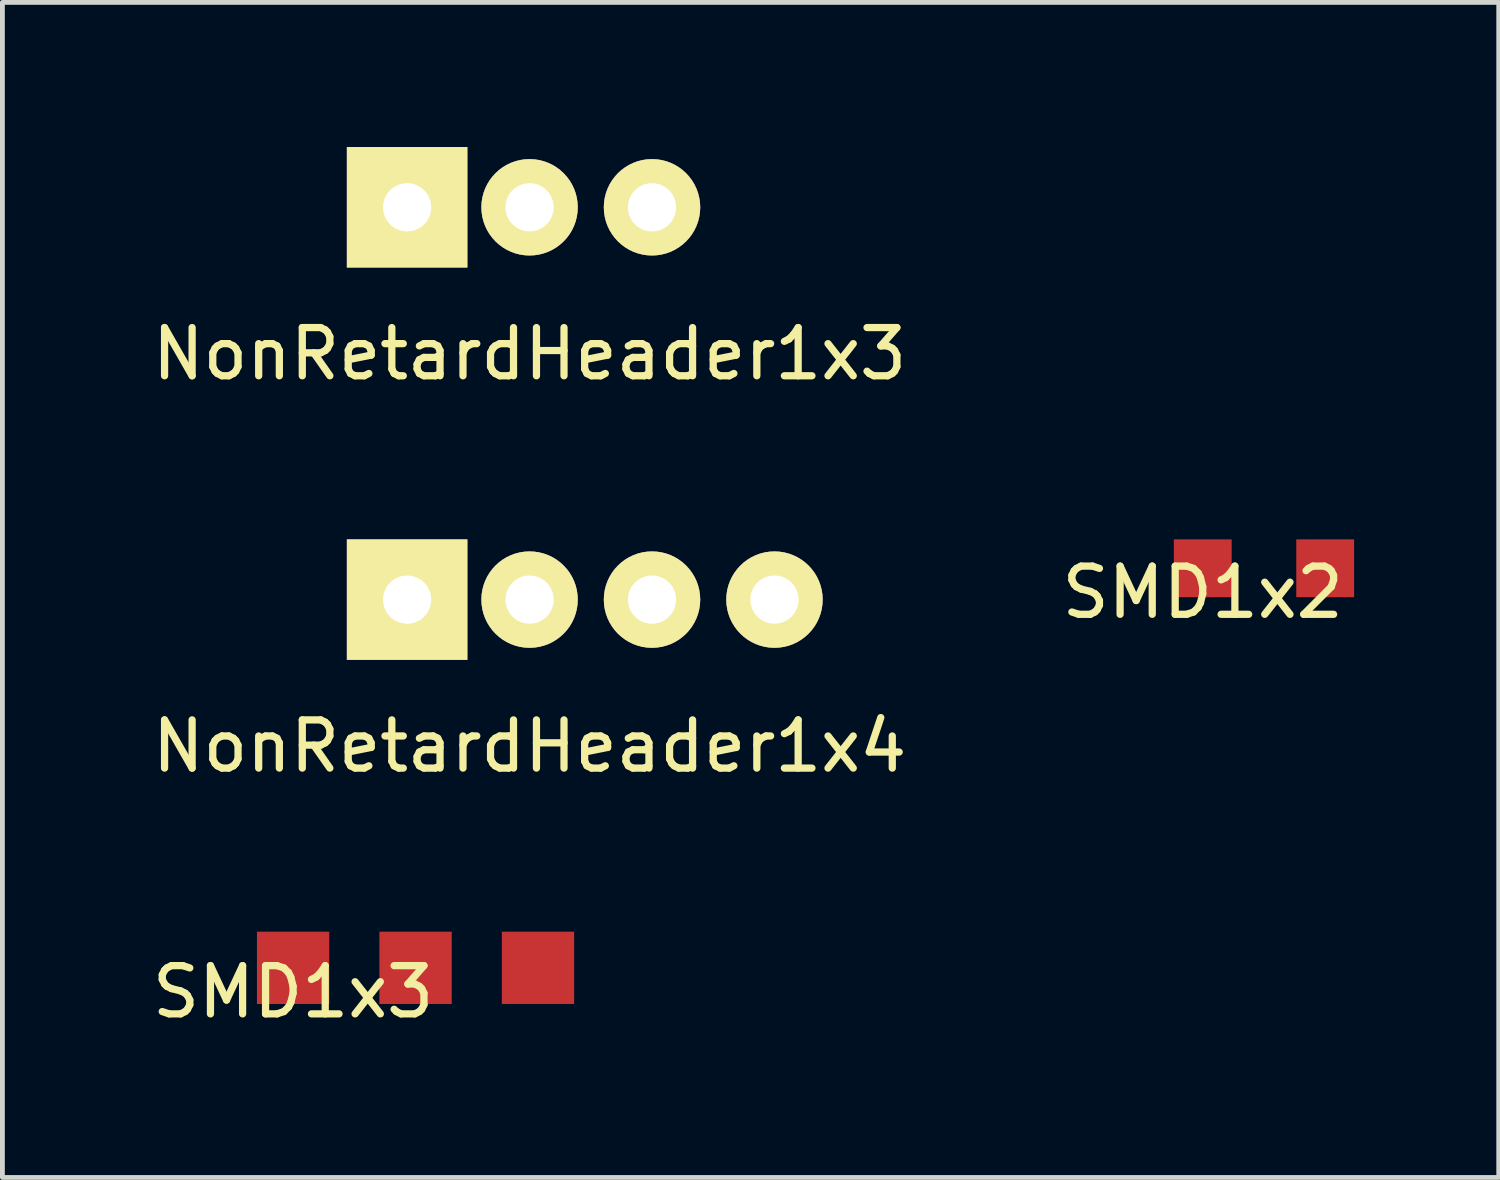
<source format=kicad_pcb>
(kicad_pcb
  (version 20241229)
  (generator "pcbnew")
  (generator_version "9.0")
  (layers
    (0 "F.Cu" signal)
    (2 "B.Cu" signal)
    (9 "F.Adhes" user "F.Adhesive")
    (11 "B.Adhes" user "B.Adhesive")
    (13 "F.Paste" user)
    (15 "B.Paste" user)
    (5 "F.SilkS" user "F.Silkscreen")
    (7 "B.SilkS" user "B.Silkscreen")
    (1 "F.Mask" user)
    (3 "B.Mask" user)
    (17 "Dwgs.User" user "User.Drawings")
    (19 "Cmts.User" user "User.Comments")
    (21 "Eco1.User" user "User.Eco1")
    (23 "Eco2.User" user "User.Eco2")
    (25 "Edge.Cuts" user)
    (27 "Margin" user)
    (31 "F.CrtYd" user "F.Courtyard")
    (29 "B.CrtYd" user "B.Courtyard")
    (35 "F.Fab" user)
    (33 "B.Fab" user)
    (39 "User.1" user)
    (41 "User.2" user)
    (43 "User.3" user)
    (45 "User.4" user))
  (footprint "SMD1x2"
    (layer "F.Cu")
    (at 21.899 8.738)
    (property "Reference" "SMD1x2" (at 0 0.5 0) (layer "F.SilkS") (effects (font (size 1 1) (thickness 0.15))))
    (attr through_hole)
    (pad "1" smd rect (at 0 0) (size 1.2 1.2) (layers "F.Cu" "F.Mask" "F.Paste"))
    (pad "2" smd rect (at 2.54 0) (size 1.2 1.2) (layers "F.Cu" "F.Mask" "F.Paste")))
  (footprint "NonRetardHeader1x3"
    (layer "F.Cu")
    (at 7.935 3.79)
    (property "Reference" "NonRetardHeader1x3" (at 0 0.5 0) (layer "F.SilkS") (effects (font (size 1 1) (thickness 0.15))))
    (attr through_hole)
    (pad "1" thru_hole rect (at -2.54 -2.54) (size 2.5 2.5) (drill 1) (layers "*.Cu" "*.Mask" "F.SilkS"))
    (pad "2" thru_hole circle (at 0 -2.54) (size 2 2) (drill 1) (layers "*.Cu" "*.Mask" "F.SilkS"))
    (pad "3" thru_hole circle (at 2.54 -2.54) (size 2 2) (drill 1) (layers "*.Cu" "*.Mask" "F.SilkS")))
  (footprint "SMD1x3"
    (layer "F.Cu")
    (at 3.03 17.026)
    (property "Reference" "SMD1x3" (at 0 0.5 0) (layer "F.SilkS") (effects (font (size 1 1) (thickness 0.15))))
    (attr through_hole)
    (pad "1" smd rect (at 0 0) (size 1.5 1.5) (layers "F.Cu" "F.Mask" "F.Paste"))
    (pad "2" smd rect (at 2.54 0) (size 1.5 1.5) (layers "F.Cu" "F.Mask" "F.Paste"))
    (pad "3" smd rect (at 5.08 0) (size 1.5 1.5) (layers "F.Cu" "F.Mask" "F.Paste")))
  (footprint "NonRetardHeader1x4"
    (layer "F.Cu")
    (at 7.935 11.928)
    (property "Reference" "NonRetardHeader1x4" (at 0 0.5 0) (layer "F.SilkS") (effects (font (size 1 1) (thickness 0.15))))
    (attr through_hole)
    (pad "1" thru_hole rect (at -2.54 -2.54) (size 2.5 2.5) (drill 1) (layers "*.Cu" "*.Mask" "F.SilkS"))
    (pad "2" thru_hole circle (at 0 -2.54) (size 2 2) (drill 1) (layers "*.Cu" "*.Mask" "F.SilkS"))
    (pad "3" thru_hole circle (at 2.54 -2.54) (size 2 2) (drill 1) (layers "*.Cu" "*.Mask" "F.SilkS"))
    (pad "4" thru_hole circle (at 5.08 -2.54) (size 2 2) (drill 1) (layers "*.Cu" "*.Mask" "F.SilkS")))
  (gr_rect
    (start -3 -3)
    (end 28.039 21.375)
    (stroke (width 0.1) (type default))
    (fill no)
    (layer "Edge.Cuts")))
</source>
